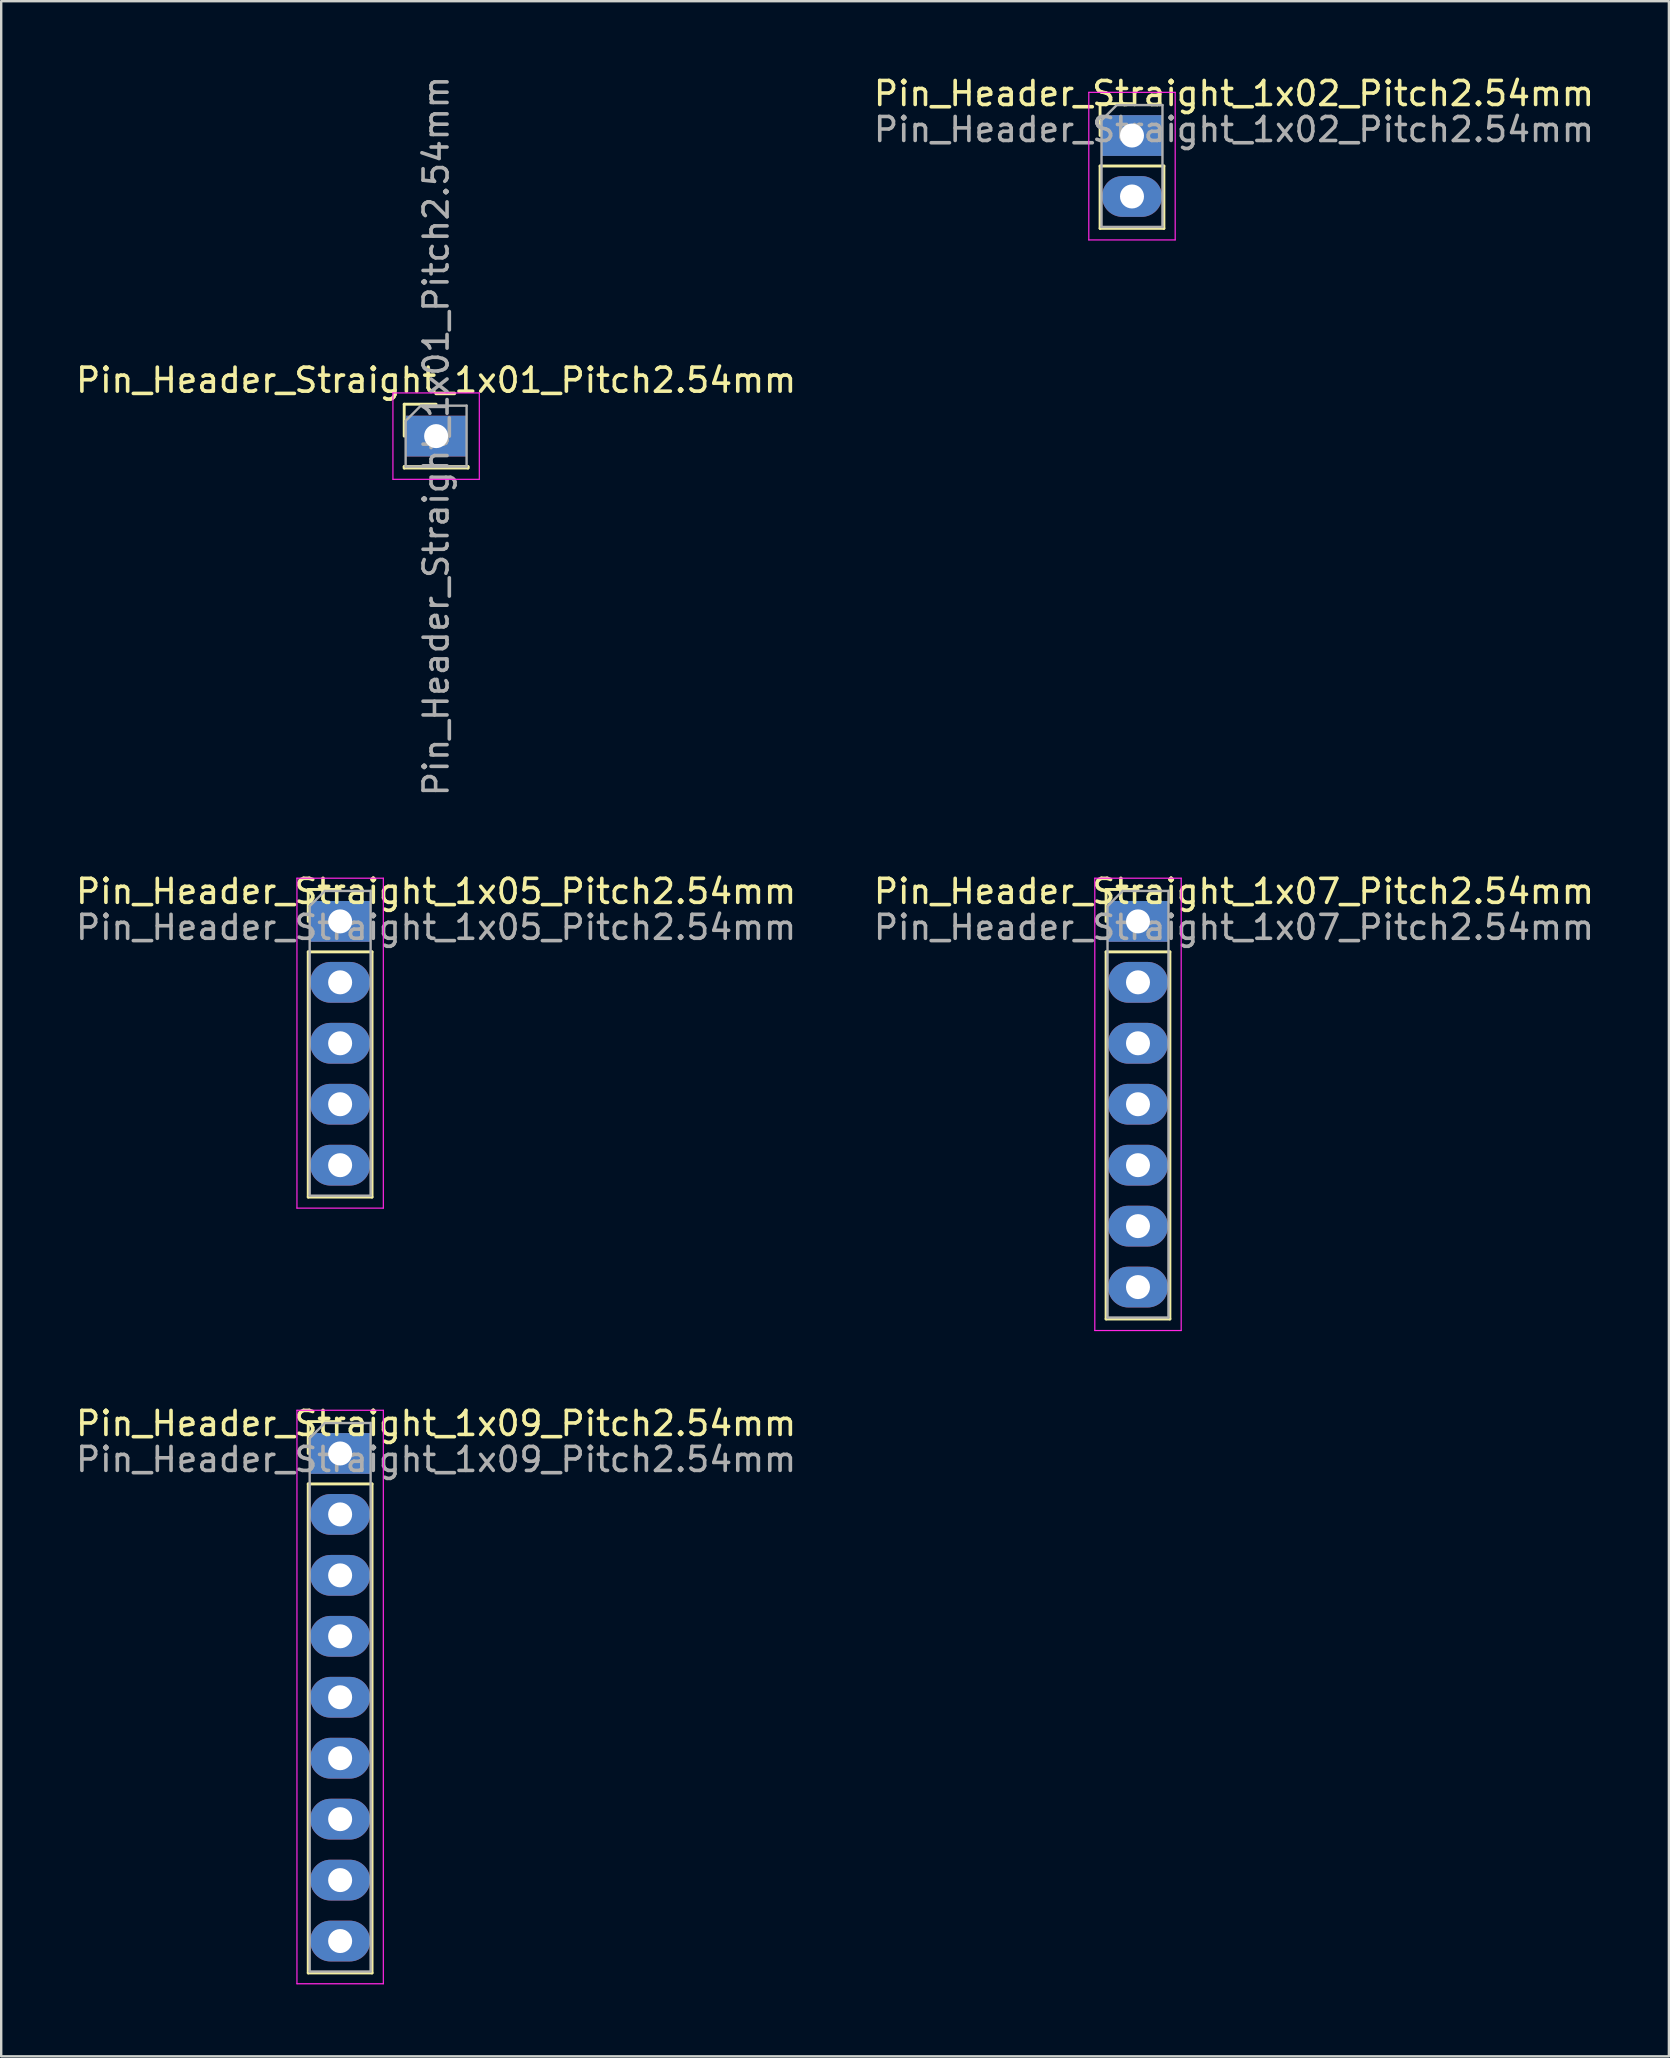
<source format=kicad_pcb>
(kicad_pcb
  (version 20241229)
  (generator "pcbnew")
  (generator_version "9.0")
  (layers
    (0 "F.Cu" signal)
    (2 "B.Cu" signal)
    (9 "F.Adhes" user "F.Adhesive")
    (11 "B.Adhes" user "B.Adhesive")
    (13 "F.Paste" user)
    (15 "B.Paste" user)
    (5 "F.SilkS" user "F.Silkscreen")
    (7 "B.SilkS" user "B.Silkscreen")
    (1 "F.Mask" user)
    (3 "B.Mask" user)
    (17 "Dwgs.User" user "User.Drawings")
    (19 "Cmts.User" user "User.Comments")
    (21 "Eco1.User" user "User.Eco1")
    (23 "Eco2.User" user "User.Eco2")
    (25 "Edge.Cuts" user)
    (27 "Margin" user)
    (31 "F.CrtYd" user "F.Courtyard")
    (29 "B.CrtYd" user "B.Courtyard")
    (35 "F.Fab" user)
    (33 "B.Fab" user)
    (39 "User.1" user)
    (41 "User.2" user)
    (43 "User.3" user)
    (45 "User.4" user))
  (footprint "Pin_Header_Straight_1x05_Pitch2.54mm"
    (layer "F.Cu")
    (at 11.125 35.348)
    (property "Reference" "Pin_Header_Straight_1x05_Pitch2.54mm" (at 4 -1.25 0) (layer "F.SilkS") (effects (font (size 1 1) (thickness 0.15))))
    (attr through_hole)
    (fp_line (start -1.33 -1.33) (end 0 -1.33) (stroke (width 0.12) (type solid)) (layer "F.SilkS"))
    (fp_line (start -1.33 0) (end -1.33 -1.33) (stroke (width 0.12) (type solid)) (layer "F.SilkS"))
    (fp_line (start -1.33 1.27) (end -1.33 11.49) (stroke (width 0.12) (type solid)) (layer "F.SilkS"))
    (fp_line (start -1.33 1.27) (end 1.33 1.27) (stroke (width 0.12) (type solid)) (layer "F.SilkS"))
    (fp_line (start -1.33 11.49) (end 1.33 11.49) (stroke (width 0.12) (type solid)) (layer "F.SilkS"))
    (fp_line (start 1.33 1.27) (end 1.33 11.49) (stroke (width 0.12) (type solid)) (layer "F.SilkS"))
    (fp_line (start -1.8 -1.8) (end -1.8 11.95) (stroke (width 0.05) (type solid)) (layer "F.CrtYd"))
    (fp_line (start -1.8 11.95) (end 1.8 11.95) (stroke (width 0.05) (type solid)) (layer "F.CrtYd"))
    (fp_line (start 1.8 -1.8) (end -1.8 -1.8) (stroke (width 0.05) (type solid)) (layer "F.CrtYd"))
    (fp_line (start 1.8 11.95) (end 1.8 -1.8) (stroke (width 0.05) (type solid)) (layer "F.CrtYd"))
    (fp_line (start -1.27 -0.635) (end -0.635 -1.27) (stroke (width 0.1) (type solid)) (layer "F.Fab"))
    (fp_line (start -1.27 11.43) (end -1.27 -0.635) (stroke (width 0.1) (type solid)) (layer "F.Fab"))
    (fp_line (start -0.635 -1.27) (end 1.27 -1.27) (stroke (width 0.1) (type solid)) (layer "F.Fab"))
    (fp_line (start 1.27 -1.27) (end 1.27 11.43) (stroke (width 0.1) (type solid)) (layer "F.Fab"))
    (fp_line (start 1.27 11.43) (end -1.27 11.43) (stroke (width 0.1) (type solid)) (layer "F.Fab"))
    (fp_text user "${REFERENCE}" (at 4 0.25 180) (layer "F.Fab") (effects (font (size 1 1) (thickness 0.15))))
    (pad "1" thru_hole rect (at 0 0) (size 2.5 1.7) (drill 1) (layers "*.Cu" "*.Mask"))
    (pad "2" thru_hole oval (at 0 2.54) (size 2.5 1.7) (drill 1) (layers "*.Cu" "*.Mask"))
    (pad "3" thru_hole oval (at 0 5.08) (size 2.5 1.7) (drill 1) (layers "*.Cu" "*.Mask"))
    (pad "4" thru_hole oval (at 0 7.62) (size 2.5 1.7) (drill 1) (layers "*.Cu" "*.Mask"))
    (pad "5" thru_hole oval (at 0 10.16) (size 2.5 1.7) (drill 1) (layers "*.Cu" "*.Mask")))
  (footprint "Pin_Header_Straight_1x07_Pitch2.54mm"
    (layer "F.Cu")
    (at 44.375 35.348)
    (property "Reference" "Pin_Header_Straight_1x07_Pitch2.54mm" (at 4 -1.25 0) (layer "F.SilkS") (effects (font (size 1 1) (thickness 0.15))))
    (attr through_hole)
    (fp_line (start -1.33 -1.33) (end 0 -1.33) (stroke (width 0.12) (type solid)) (layer "F.SilkS"))
    (fp_line (start -1.33 0) (end -1.33 -1.33) (stroke (width 0.12) (type solid)) (layer "F.SilkS"))
    (fp_line (start -1.33 1.27) (end -1.33 16.57) (stroke (width 0.12) (type solid)) (layer "F.SilkS"))
    (fp_line (start -1.33 1.27) (end 1.33 1.27) (stroke (width 0.12) (type solid)) (layer "F.SilkS"))
    (fp_line (start -1.33 16.57) (end 1.33 16.57) (stroke (width 0.12) (type solid)) (layer "F.SilkS"))
    (fp_line (start 1.33 1.27) (end 1.33 16.57) (stroke (width 0.12) (type solid)) (layer "F.SilkS"))
    (fp_line (start -1.8 -1.8) (end -1.8 17.05) (stroke (width 0.05) (type solid)) (layer "F.CrtYd"))
    (fp_line (start -1.8 17.05) (end 1.8 17.05) (stroke (width 0.05) (type solid)) (layer "F.CrtYd"))
    (fp_line (start 1.8 -1.8) (end -1.8 -1.8) (stroke (width 0.05) (type solid)) (layer "F.CrtYd"))
    (fp_line (start 1.8 17.05) (end 1.8 -1.8) (stroke (width 0.05) (type solid)) (layer "F.CrtYd"))
    (fp_line (start -1.27 -0.635) (end -0.635 -1.27) (stroke (width 0.1) (type solid)) (layer "F.Fab"))
    (fp_line (start -1.27 16.51) (end -1.27 -0.635) (stroke (width 0.1) (type solid)) (layer "F.Fab"))
    (fp_line (start -0.635 -1.27) (end 1.27 -1.27) (stroke (width 0.1) (type solid)) (layer "F.Fab"))
    (fp_line (start 1.27 -1.27) (end 1.27 16.51) (stroke (width 0.1) (type solid)) (layer "F.Fab"))
    (fp_line (start 1.27 16.51) (end -1.27 16.51) (stroke (width 0.1) (type solid)) (layer "F.Fab"))
    (fp_text user "${REFERENCE}" (at 4 0.25 180) (layer "F.Fab") (effects (font (size 1 1) (thickness 0.15))))
    (pad "1" thru_hole rect (at 0 0) (size 2.5 1.7) (drill 1) (layers "*.Cu" "*.Mask"))
    (pad "2" thru_hole oval (at 0 2.54) (size 2.5 1.7) (drill 1) (layers "*.Cu" "*.Mask"))
    (pad "3" thru_hole oval (at 0 5.08) (size 2.5 1.7) (drill 1) (layers "*.Cu" "*.Mask"))
    (pad "4" thru_hole oval (at 0 7.62) (size 2.5 1.7) (drill 1) (layers "*.Cu" "*.Mask"))
    (pad "5" thru_hole oval (at 0 10.16) (size 2.5 1.7) (drill 1) (layers "*.Cu" "*.Mask"))
    (pad "6" thru_hole oval (at 0 12.7) (size 2.5 1.7) (drill 1) (layers "*.Cu" "*.Mask"))
    (pad "7" thru_hole oval (at 0 15.24) (size 2.5 1.7) (drill 1) (layers "*.Cu" "*.Mask")))
  (footprint "Pin_Header_Straight_1x01_Pitch2.54mm"
    (layer "F.Cu")
    (at 15.125 15.125)
    (property "Reference" "Pin_Header_Straight_1x01_Pitch2.54mm" (at 0 -2.33 0) (layer "F.SilkS") (effects (font (size 1 1) (thickness 0.15))))
    (attr through_hole)
    (fp_line (start -1.33 -1.33) (end 0 -1.33) (stroke (width 0.12) (type solid)) (layer "F.SilkS"))
    (fp_line (start -1.33 0) (end -1.33 -1.33) (stroke (width 0.12) (type solid)) (layer "F.SilkS"))
    (fp_line (start -1.33 1.27) (end -1.33 1.33) (stroke (width 0.12) (type solid)) (layer "F.SilkS"))
    (fp_line (start -1.33 1.27) (end 1.33 1.27) (stroke (width 0.12) (type solid)) (layer "F.SilkS"))
    (fp_line (start -1.33 1.33) (end 1.33 1.33) (stroke (width 0.12) (type solid)) (layer "F.SilkS"))
    (fp_line (start 1.33 1.27) (end 1.33 1.33) (stroke (width 0.12) (type solid)) (layer "F.SilkS"))
    (fp_line (start -1.8 -1.8) (end -1.8 1.8) (stroke (width 0.05) (type solid)) (layer "F.CrtYd"))
    (fp_line (start -1.8 1.8) (end 1.8 1.8) (stroke (width 0.05) (type solid)) (layer "F.CrtYd"))
    (fp_line (start 1.8 -1.8) (end -1.8 -1.8) (stroke (width 0.05) (type solid)) (layer "F.CrtYd"))
    (fp_line (start 1.8 1.8) (end 1.8 -1.8) (stroke (width 0.05) (type solid)) (layer "F.CrtYd"))
    (fp_line (start -1.27 -0.635) (end -0.635 -1.27) (stroke (width 0.1) (type solid)) (layer "F.Fab"))
    (fp_line (start -1.27 1.27) (end -1.27 -0.635) (stroke (width 0.1) (type solid)) (layer "F.Fab"))
    (fp_line (start -0.635 -1.27) (end 1.27 -1.27) (stroke (width 0.1) (type solid)) (layer "F.Fab"))
    (fp_line (start 1.27 -1.27) (end 1.27 1.27) (stroke (width 0.1) (type solid)) (layer "F.Fab"))
    (fp_line (start 1.27 1.27) (end -1.27 1.27) (stroke (width 0.1) (type solid)) (layer "F.Fab"))
    (fp_text user "${REFERENCE}" (at 0 0 90) (layer "F.Fab") (effects (font (size 1 1) (thickness 0.15))))
    (pad "1" thru_hole rect (at 0 0) (size 2.5 1.7) (drill 1) (layers "*.Cu" "*.Mask")))
  (footprint "Pin_Header_Straight_1x09_Pitch2.54mm"
    (layer "F.Cu")
    (at 11.125 57.522)
    (property "Reference" "Pin_Header_Straight_1x09_Pitch2.54mm" (at 4 -1.25 0) (layer "F.SilkS") (effects (font (size 1 1) (thickness 0.15))))
    (attr through_hole)
    (fp_line (start -1.33 -1.33) (end 0 -1.33) (stroke (width 0.12) (type solid)) (layer "F.SilkS"))
    (fp_line (start -1.33 0) (end -1.33 -1.33) (stroke (width 0.12) (type solid)) (layer "F.SilkS"))
    (fp_line (start -1.33 1.27) (end -1.33 21.65) (stroke (width 0.12) (type solid)) (layer "F.SilkS"))
    (fp_line (start -1.33 1.27) (end 1.33 1.27) (stroke (width 0.12) (type solid)) (layer "F.SilkS"))
    (fp_line (start -1.33 21.65) (end 1.33 21.65) (stroke (width 0.12) (type solid)) (layer "F.SilkS"))
    (fp_line (start 1.33 1.27) (end 1.33 21.65) (stroke (width 0.12) (type solid)) (layer "F.SilkS"))
    (fp_line (start -1.8 -1.8) (end -1.8 22.1) (stroke (width 0.05) (type solid)) (layer "F.CrtYd"))
    (fp_line (start -1.8 22.1) (end 1.8 22.1) (stroke (width 0.05) (type solid)) (layer "F.CrtYd"))
    (fp_line (start 1.8 -1.8) (end -1.8 -1.8) (stroke (width 0.05) (type solid)) (layer "F.CrtYd"))
    (fp_line (start 1.8 22.1) (end 1.8 -1.8) (stroke (width 0.05) (type solid)) (layer "F.CrtYd"))
    (fp_line (start -1.27 -0.635) (end -0.635 -1.27) (stroke (width 0.1) (type solid)) (layer "F.Fab"))
    (fp_line (start -1.27 21.59) (end -1.27 -0.635) (stroke (width 0.1) (type solid)) (layer "F.Fab"))
    (fp_line (start -0.635 -1.27) (end 1.27 -1.27) (stroke (width 0.1) (type solid)) (layer "F.Fab"))
    (fp_line (start 1.27 -1.27) (end 1.27 21.59) (stroke (width 0.1) (type solid)) (layer "F.Fab"))
    (fp_line (start 1.27 21.59) (end -1.27 21.59) (stroke (width 0.1) (type solid)) (layer "F.Fab"))
    (fp_text user "${REFERENCE}" (at 4 0.25 180) (layer "F.Fab") (effects (font (size 1 1) (thickness 0.15))))
    (pad "1" thru_hole rect (at 0 0) (size 2.5 1.7) (drill 1) (layers "*.Cu" "*.Mask"))
    (pad "2" thru_hole oval (at 0 2.54) (size 2.5 1.7) (drill 1) (layers "*.Cu" "*.Mask"))
    (pad "3" thru_hole oval (at 0 5.08) (size 2.5 1.7) (drill 1) (layers "*.Cu" "*.Mask"))
    (pad "4" thru_hole oval (at 0 7.62) (size 2.5 1.7) (drill 1) (layers "*.Cu" "*.Mask"))
    (pad "5" thru_hole oval (at 0 10.16) (size 2.5 1.7) (drill 1) (layers "*.Cu" "*.Mask"))
    (pad "6" thru_hole oval (at 0 12.7) (size 2.5 1.7) (drill 1) (layers "*.Cu" "*.Mask"))
    (pad "7" thru_hole oval (at 0 15.24) (size 2.5 1.7) (drill 1) (layers "*.Cu" "*.Mask"))
    (pad "8" thru_hole oval (at 0 17.78) (size 2.5 1.7) (drill 1) (layers "*.Cu" "*.Mask"))
    (pad "9" thru_hole oval (at 0 20.32) (size 2.5 1.7) (drill 1) (layers "*.Cu" "*.Mask")))
  (footprint "Pin_Header_Straight_1x02_Pitch2.54mm"
    (layer "F.Cu")
    (at 44.125 2.598)
    (property "Reference" "Pin_Header_Straight_1x02_Pitch2.54mm" (at 4.25 -1.75 0) (layer "F.SilkS") (effects (font (size 1 1) (thickness 0.15))))
    (attr through_hole)
    (fp_line (start -1.33 -1.33) (end 0 -1.33) (stroke (width 0.12) (type solid)) (layer "F.SilkS"))
    (fp_line (start -1.33 0) (end -1.33 -1.33) (stroke (width 0.12) (type solid)) (layer "F.SilkS"))
    (fp_line (start -1.33 1.27) (end -1.33 3.87) (stroke (width 0.12) (type solid)) (layer "F.SilkS"))
    (fp_line (start -1.33 1.27) (end 1.33 1.27) (stroke (width 0.12) (type solid)) (layer "F.SilkS"))
    (fp_line (start -1.33 3.87) (end 1.33 3.87) (stroke (width 0.12) (type solid)) (layer "F.SilkS"))
    (fp_line (start 1.33 1.27) (end 1.33 3.87) (stroke (width 0.12) (type solid)) (layer "F.SilkS"))
    (fp_line (start -1.8 -1.8) (end -1.8 4.35) (stroke (width 0.05) (type solid)) (layer "F.CrtYd"))
    (fp_line (start -1.8 4.35) (end 1.8 4.35) (stroke (width 0.05) (type solid)) (layer "F.CrtYd"))
    (fp_line (start 1.8 -1.8) (end -1.8 -1.8) (stroke (width 0.05) (type solid)) (layer "F.CrtYd"))
    (fp_line (start 1.8 4.35) (end 1.8 -1.8) (stroke (width 0.05) (type solid)) (layer "F.CrtYd"))
    (fp_line (start -1.27 -0.635) (end -0.635 -1.27) (stroke (width 0.1) (type solid)) (layer "F.Fab"))
    (fp_line (start -1.27 3.81) (end -1.27 -0.635) (stroke (width 0.1) (type solid)) (layer "F.Fab"))
    (fp_line (start -0.635 -1.27) (end 1.27 -1.27) (stroke (width 0.1) (type solid)) (layer "F.Fab"))
    (fp_line (start 1.27 -1.27) (end 1.27 3.81) (stroke (width 0.1) (type solid)) (layer "F.Fab"))
    (fp_line (start 1.27 3.81) (end -1.27 3.81) (stroke (width 0.1) (type solid)) (layer "F.Fab"))
    (fp_text user "${REFERENCE}" (at 4.25 -0.25 180) (layer "F.Fab") (effects (font (size 1 1) (thickness 0.15))))
    (pad "1" thru_hole rect (at 0 0) (size 2.5 1.7) (drill 1) (layers "*.Cu" "*.Mask"))
    (pad "2" thru_hole oval (at 0 2.54) (size 2.5 1.7) (drill 1) (layers "*.Cu" "*.Mask")))
  (gr_rect
    (start -3 -3)
    (end 66.5 82.647)
    (stroke (width 0.1) (type default))
    (fill no)
    (layer "Edge.Cuts")))
</source>
